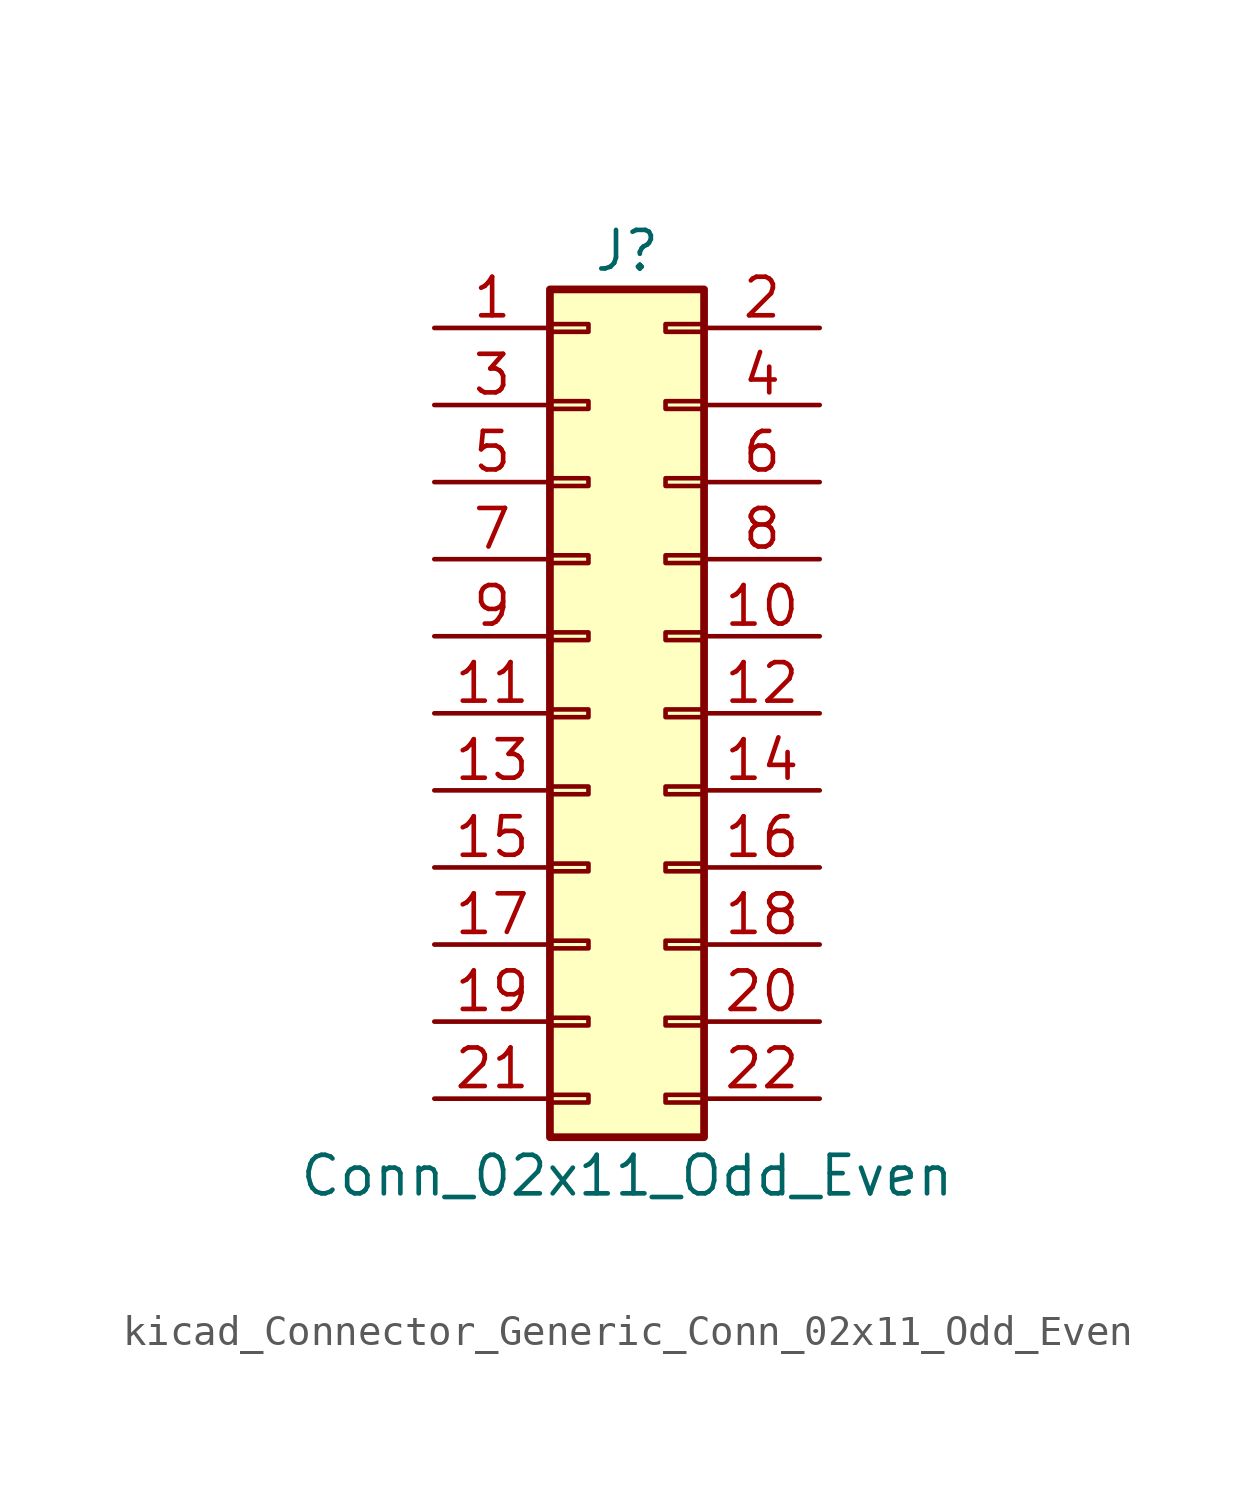
<source format=kicad_sym>
(kicad_symbol_lib
  (version 20220914)
  (generator kicad_symbol_editor)
  (symbol "kicad_Connector_Generic_Conn_02x11_Odd_Even"
    (pin_names
      (offset 1.016) hide)
    (property "Reference" "J"
      (at 1.27 15.24 0)
      (effects (font (size 1.27 1.27))))
    (property "Value" "Conn_02x11_Odd_Even"
      (at 1.27 -15.24 0)
      (effects (font (size 1.27 1.27))))
    (symbol "kicad_Connector_Generic_Conn_02x11_Odd_Even_1_1"
      (rectangle (start -1.27 -12.573) (end 0 -12.827) (stroke (width 0.152) (type default)) (fill (type none)))
      (rectangle (start -1.27 -10.033) (end 0 -10.287) (stroke (width 0.152) (type default)) (fill (type none)))
      (rectangle (start -1.27 -7.493) (end 0 -7.747) (stroke (width 0.152) (type default)) (fill (type none)))
      (rectangle (start -1.27 -4.953) (end 0 -5.207) (stroke (width 0.152) (type default)) (fill (type none)))
      (rectangle (start -1.27 -2.413) (end 0 -2.667) (stroke (width 0.152) (type default)) (fill (type none)))
      (rectangle (start -1.27 0.127) (end 0 -0.127) (stroke (width 0.152) (type default)) (fill (type none)))
      (rectangle (start -1.27 2.667) (end 0 2.413) (stroke (width 0.152) (type default)) (fill (type none)))
      (rectangle (start -1.27 5.207) (end 0 4.953) (stroke (width 0.152) (type default)) (fill (type none)))
      (rectangle (start -1.27 7.747) (end 0 7.493) (stroke (width 0.152) (type default)) (fill (type none)))
      (rectangle (start -1.27 10.287) (end 0 10.033) (stroke (width 0.152) (type default)) (fill (type none)))
      (rectangle (start -1.27 12.827) (end 0 12.573) (stroke (width 0.152) (type default)) (fill (type none)))
      (rectangle (start -1.27 13.97) (end 3.81 -13.97) (stroke (width 0.254) (type default)) (fill (type background)))
      (rectangle (start 3.81 -12.573) (end 2.54 -12.827) (stroke (width 0.152) (type default)) (fill (type none)))
      (rectangle (start 3.81 -10.033) (end 2.54 -10.287) (stroke (width 0.152) (type default)) (fill (type none)))
      (rectangle (start 3.81 -7.493) (end 2.54 -7.747) (stroke (width 0.152) (type default)) (fill (type none)))
      (rectangle (start 3.81 -4.953) (end 2.54 -5.207) (stroke (width 0.152) (type default)) (fill (type none)))
      (rectangle (start 3.81 -2.413) (end 2.54 -2.667) (stroke (width 0.152) (type default)) (fill (type none)))
      (rectangle (start 3.81 0.127) (end 2.54 -0.127) (stroke (width 0.152) (type default)) (fill (type none)))
      (rectangle (start 3.81 2.667) (end 2.54 2.413) (stroke (width 0.152) (type default)) (fill (type none)))
      (rectangle (start 3.81 5.207) (end 2.54 4.953) (stroke (width 0.152) (type default)) (fill (type none)))
      (rectangle (start 3.81 7.747) (end 2.54 7.493) (stroke (width 0.152) (type default)) (fill (type none)))
      (rectangle (start 3.81 10.287) (end 2.54 10.033) (stroke (width 0.152) (type default)) (fill (type none)))
      (rectangle (start 3.81 12.827) (end 2.54 12.573) (stroke (width 0.152) (type default)) (fill (type none)))
      (pin passive line (at -5.08 12.7 0) (length 3.81) (name "Pin_1" (effects (font (size 1.27 1.27)))) (number "1" (effects (font (size 1.27 1.27)))))
      (pin passive line (at 7.62 2.54 180) (length 3.81) (name "Pin_10" (effects (font (size 1.27 1.27)))) (number "10" (effects (font (size 1.27 1.27)))))
      (pin passive line (at -5.08 0 0) (length 3.81) (name "Pin_11" (effects (font (size 1.27 1.27)))) (number "11" (effects (font (size 1.27 1.27)))))
      (pin passive line (at 7.62 0 180) (length 3.81) (name "Pin_12" (effects (font (size 1.27 1.27)))) (number "12" (effects (font (size 1.27 1.27)))))
      (pin passive line (at -5.08 -2.54 0) (length 3.81) (name "Pin_13" (effects (font (size 1.27 1.27)))) (number "13" (effects (font (size 1.27 1.27)))))
      (pin passive line (at 7.62 -2.54 180) (length 3.81) (name "Pin_14" (effects (font (size 1.27 1.27)))) (number "14" (effects (font (size 1.27 1.27)))))
      (pin passive line (at -5.08 -5.08 0) (length 3.81) (name "Pin_15" (effects (font (size 1.27 1.27)))) (number "15" (effects (font (size 1.27 1.27)))))
      (pin passive line (at 7.62 -5.08 180) (length 3.81) (name "Pin_16" (effects (font (size 1.27 1.27)))) (number "16" (effects (font (size 1.27 1.27)))))
      (pin passive line (at -5.08 -7.62 0) (length 3.81) (name "Pin_17" (effects (font (size 1.27 1.27)))) (number "17" (effects (font (size 1.27 1.27)))))
      (pin passive line (at 7.62 -7.62 180) (length 3.81) (name "Pin_18" (effects (font (size 1.27 1.27)))) (number "18" (effects (font (size 1.27 1.27)))))
      (pin passive line (at -5.08 -10.16 0) (length 3.81) (name "Pin_19" (effects (font (size 1.27 1.27)))) (number "19" (effects (font (size 1.27 1.27)))))
      (pin passive line (at 7.62 12.7 180) (length 3.81) (name "Pin_2" (effects (font (size 1.27 1.27)))) (number "2" (effects (font (size 1.27 1.27)))))
      (pin passive line (at 7.62 -10.16 180) (length 3.81) (name "Pin_20" (effects (font (size 1.27 1.27)))) (number "20" (effects (font (size 1.27 1.27)))))
      (pin passive line (at -5.08 -12.7 0) (length 3.81) (name "Pin_21" (effects (font (size 1.27 1.27)))) (number "21" (effects (font (size 1.27 1.27)))))
      (pin passive line (at 7.62 -12.7 180) (length 3.81) (name "Pin_22" (effects (font (size 1.27 1.27)))) (number "22" (effects (font (size 1.27 1.27)))))
      (pin passive line (at -5.08 10.16 0) (length 3.81) (name "Pin_3" (effects (font (size 1.27 1.27)))) (number "3" (effects (font (size 1.27 1.27)))))
      (pin passive line (at 7.62 10.16 180) (length 3.81) (name "Pin_4" (effects (font (size 1.27 1.27)))) (number "4" (effects (font (size 1.27 1.27)))))
      (pin passive line (at -5.08 7.62 0) (length 3.81) (name "Pin_5" (effects (font (size 1.27 1.27)))) (number "5" (effects (font (size 1.27 1.27)))))
      (pin passive line (at 7.62 7.62 180) (length 3.81) (name "Pin_6" (effects (font (size 1.27 1.27)))) (number "6" (effects (font (size 1.27 1.27)))))
      (pin passive line (at -5.08 5.08 0) (length 3.81) (name "Pin_7" (effects (font (size 1.27 1.27)))) (number "7" (effects (font (size 1.27 1.27)))))
      (pin passive line (at 7.62 5.08 180) (length 3.81) (name "Pin_8" (effects (font (size 1.27 1.27)))) (number "8" (effects (font (size 1.27 1.27)))))
      (pin passive line (at -5.08 2.54 0) (length 3.81) (name "Pin_9" (effects (font (size 1.27 1.27)))) (number "9" (effects (font (size 1.27 1.27))))))))
</source>
